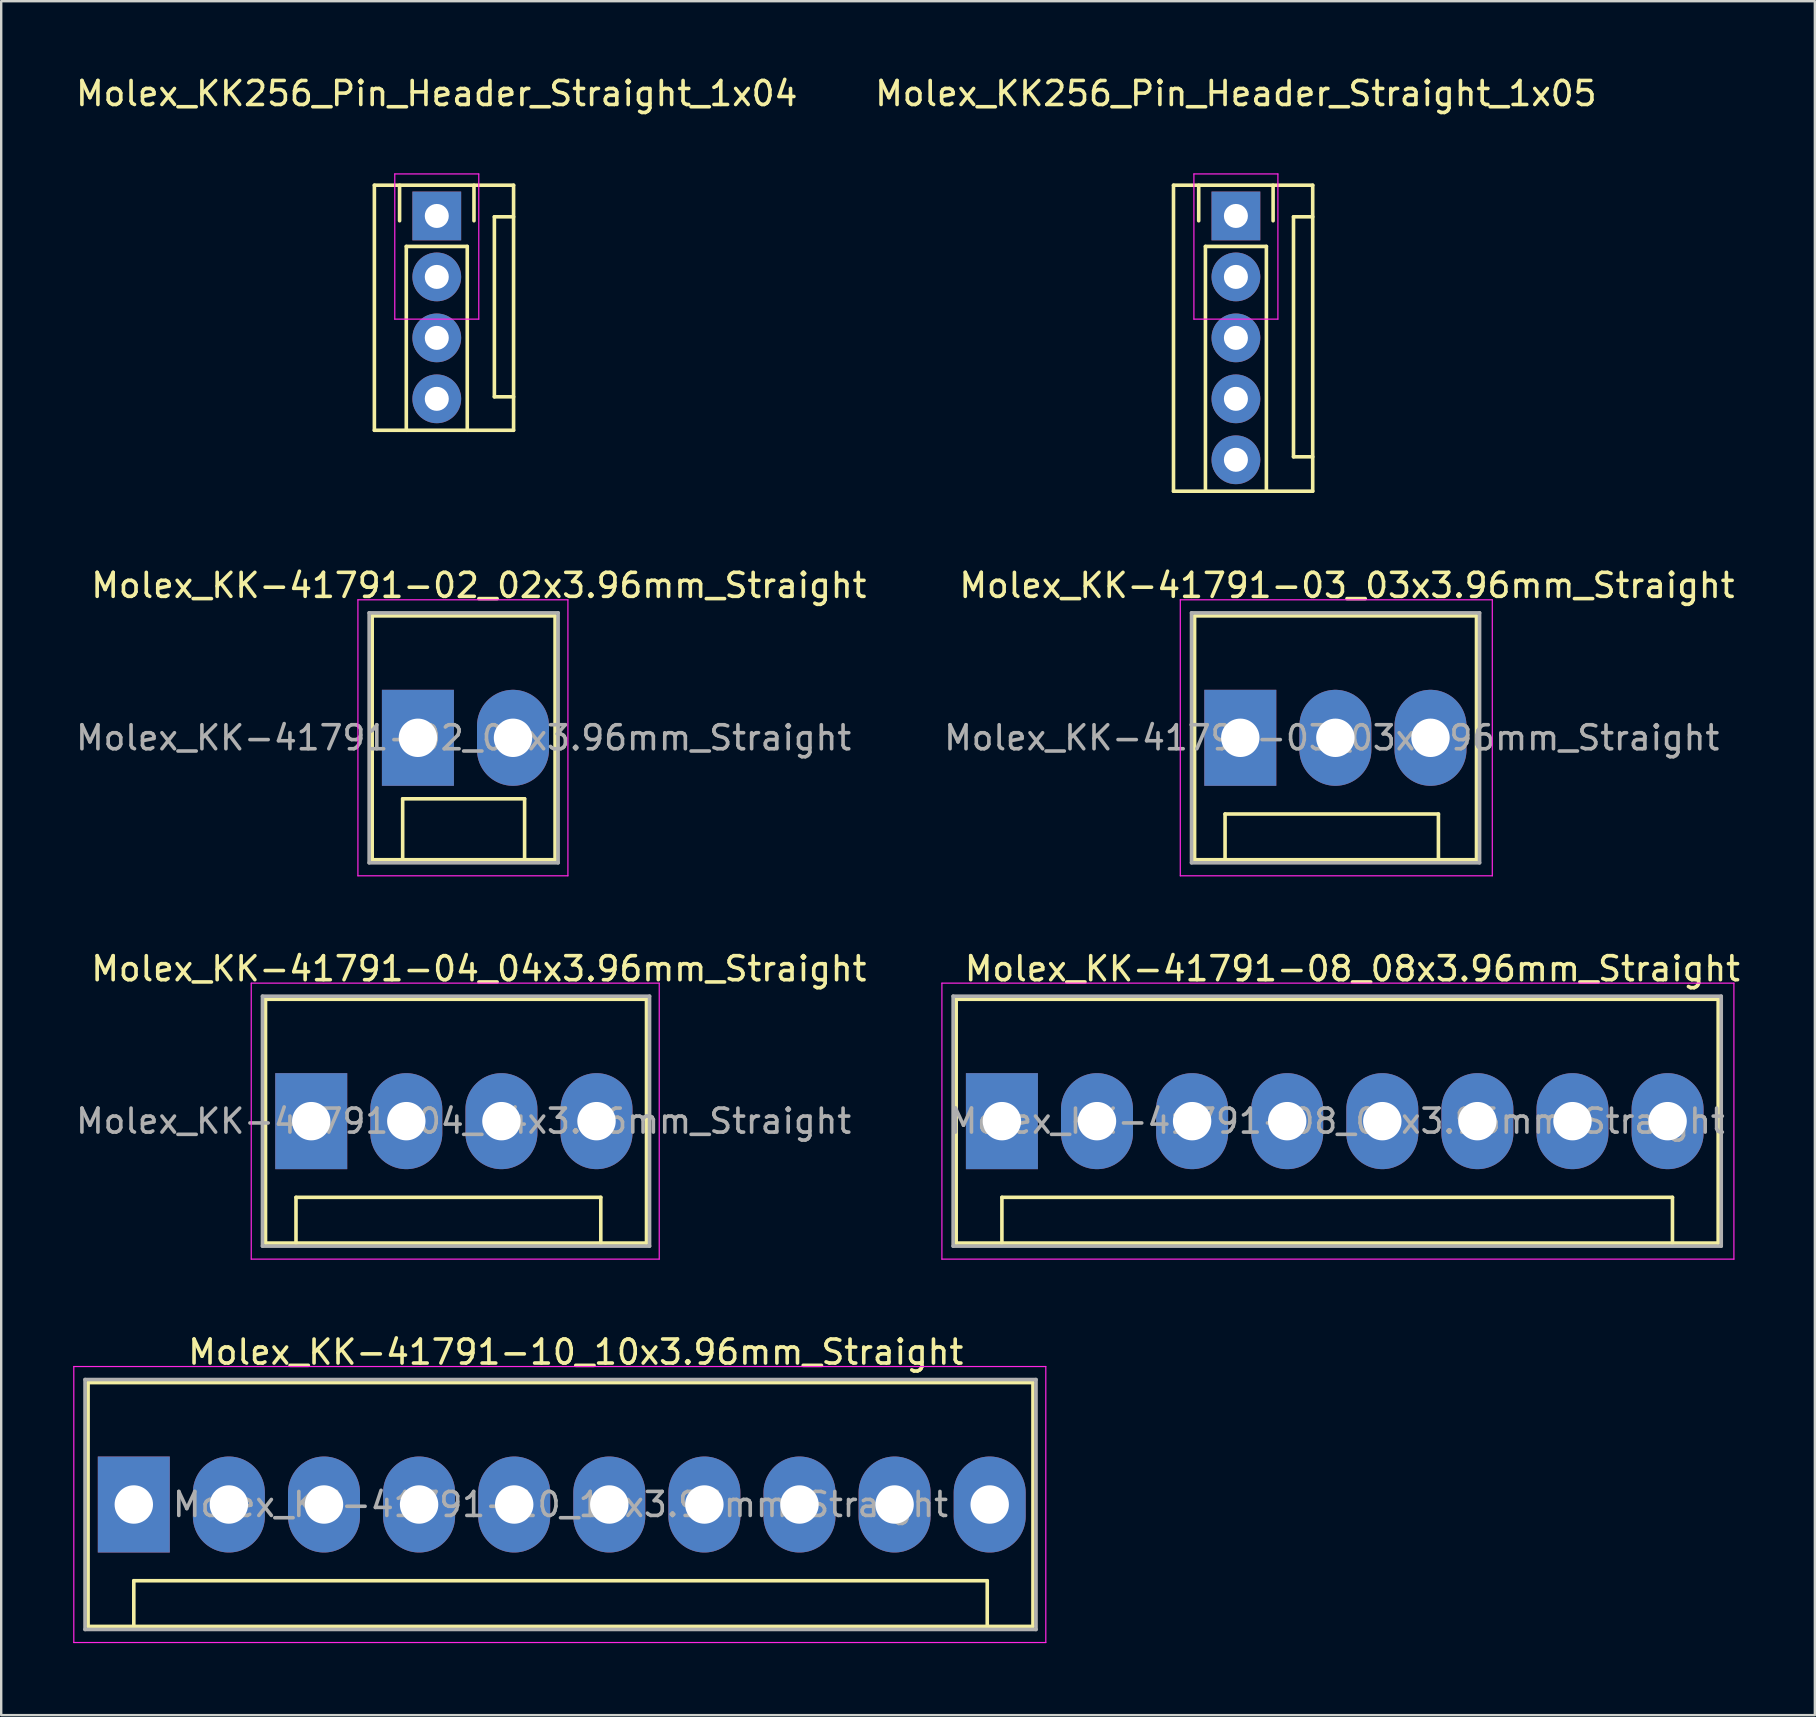
<source format=kicad_pcb>
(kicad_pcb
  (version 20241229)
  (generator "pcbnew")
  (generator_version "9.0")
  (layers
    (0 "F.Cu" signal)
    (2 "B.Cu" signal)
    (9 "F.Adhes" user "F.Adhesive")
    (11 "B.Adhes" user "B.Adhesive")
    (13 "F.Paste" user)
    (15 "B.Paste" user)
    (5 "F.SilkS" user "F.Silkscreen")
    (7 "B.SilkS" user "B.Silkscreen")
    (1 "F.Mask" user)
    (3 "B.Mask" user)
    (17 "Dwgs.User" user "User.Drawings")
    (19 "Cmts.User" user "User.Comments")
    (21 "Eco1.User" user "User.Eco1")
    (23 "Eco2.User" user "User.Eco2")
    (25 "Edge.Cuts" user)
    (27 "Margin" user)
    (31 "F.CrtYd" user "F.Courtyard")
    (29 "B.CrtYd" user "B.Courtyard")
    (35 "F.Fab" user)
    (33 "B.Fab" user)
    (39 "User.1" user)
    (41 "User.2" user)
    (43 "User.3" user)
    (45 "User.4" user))
  (footprint "Molex_KK-41791-10_10x3.96mm_Straight"
    (layer "F.Cu")
    (at 2.525 59.638)
    (property "Reference" "Molex_KK-41791-10_10x3.96mm_Straight" (at 18.415 -6.35 0) (layer "F.SilkS") (effects (font (size 1 1) (thickness 0.15))))
    (attr through_hole)
    (fp_line (start -1.905 -5.08) (end 37.465 -5.08) (stroke (width 0.15) (type solid)) (layer "F.SilkS"))
    (fp_line (start -1.905 5.08) (end -1.905 -5.08) (stroke (width 0.15) (type solid)) (layer "F.SilkS"))
    (fp_line (start 0 3.175) (end 35.56 3.175) (stroke (width 0.15) (type solid)) (layer "F.SilkS"))
    (fp_line (start 0 5.08) (end 0 3.175) (stroke (width 0.15) (type solid)) (layer "F.SilkS"))
    (fp_line (start 35.56 3.175) (end 35.56 5.08) (stroke (width 0.15) (type solid)) (layer "F.SilkS"))
    (fp_line (start 37.465 -5.08) (end 37.465 5.08) (stroke (width 0.15) (type solid)) (layer "F.SilkS"))
    (fp_line (start 37.465 5.08) (end -1.905 5.08) (stroke (width 0.15) (type solid)) (layer "F.SilkS"))
    (fp_line (start -2.5 -5.75) (end 38 -5.75) (stroke (width 0.05) (type solid)) (layer "F.CrtYd"))
    (fp_line (start -2.5 5.75) (end -2.5 -5.75) (stroke (width 0.05) (type solid)) (layer "F.CrtYd"))
    (fp_line (start 38 -5.75) (end 38 5.75) (stroke (width 0.05) (type solid)) (layer "F.CrtYd"))
    (fp_line (start 38 5.75) (end -2.5 5.75) (stroke (width 0.05) (type solid)) (layer "F.CrtYd"))
    (fp_line (start -2.032 -5.207) (end 37.592 -5.207) (stroke (width 0.15) (type solid)) (layer "F.Fab"))
    (fp_line (start -2.032 5.207) (end -2.032 -5.207) (stroke (width 0.15) (type solid)) (layer "F.Fab"))
    (fp_line (start 37.592 -5.207) (end 37.592 5.207) (stroke (width 0.15) (type solid)) (layer "F.Fab"))
    (fp_line (start 37.592 5.207) (end -2.032 5.207) (stroke (width 0.15) (type solid)) (layer "F.Fab"))
    (fp_text user "${REFERENCE}" (at 17.78 0 0) (layer "F.Fab") (effects (font (size 1 1) (thickness 0.15))))
    (pad "1" thru_hole rect (at 0 0) (size 3 4) (drill 1.6) (layers "*.Cu" "*.Mask"))
    (pad "2" thru_hole oval (at 3.962 0) (size 3 4) (drill 1.6) (layers "*.Cu" "*.Mask"))
    (pad "3" thru_hole oval (at 7.925 0) (size 3 4) (drill 1.6) (layers "*.Cu" "*.Mask"))
    (pad "4" thru_hole oval (at 11.887 0) (size 3 4) (drill 1.6) (layers "*.Cu" "*.Mask"))
    (pad "5" thru_hole oval (at 15.85 0) (size 3 4) (drill 1.6) (layers "*.Cu" "*.Mask"))
    (pad "6" thru_hole oval (at 19.812 0) (size 3 4) (drill 1.6) (layers "*.Cu" "*.Mask"))
    (pad "7" thru_hole oval (at 23.774 0) (size 3 4) (drill 1.6) (layers "*.Cu" "*.Mask"))
    (pad "8" thru_hole oval (at 27.737 0) (size 3 4) (drill 1.6) (layers "*.Cu" "*.Mask"))
    (pad "9" thru_hole oval (at 31.699 0) (size 3 4) (drill 1.6) (layers "*.Cu" "*.Mask"))
    (pad "10" thru_hole oval (at 35.662 0) (size 3 4) (drill 1.6) (layers "*.Cu" "*.Mask")))
  (footprint "Molex_KK-41791-02_02x3.96mm_Straight"
    (layer "F.Cu")
    (at 14.363 27.692)
    (property "Reference" "Molex_KK-41791-02_02x3.96mm_Straight" (at 2.54 -6.35 0) (layer "F.SilkS") (effects (font (size 1 1) (thickness 0.15))))
    (attr through_hole)
    (fp_line (start -1.905 -5.08) (end 5.715 -5.08) (stroke (width 0.15) (type solid)) (layer "F.SilkS"))
    (fp_line (start -1.905 5.08) (end -1.905 -5.08) (stroke (width 0.15) (type solid)) (layer "F.SilkS"))
    (fp_line (start -0.635 2.54) (end 4.445 2.54) (stroke (width 0.15) (type solid)) (layer "F.SilkS"))
    (fp_line (start -0.635 5.08) (end -0.635 2.54) (stroke (width 0.15) (type solid)) (layer "F.SilkS"))
    (fp_line (start 4.445 2.54) (end 4.445 5.08) (stroke (width 0.15) (type solid)) (layer "F.SilkS"))
    (fp_line (start 5.715 -5.08) (end 5.715 5.08) (stroke (width 0.15) (type solid)) (layer "F.SilkS"))
    (fp_line (start 5.715 5.08) (end -1.905 5.08) (stroke (width 0.15) (type solid)) (layer "F.SilkS"))
    (fp_line (start -2.5 -5.75) (end 6.25 -5.75) (stroke (width 0.05) (type solid)) (layer "F.CrtYd"))
    (fp_line (start -2.5 5.75) (end -2.5 -5.75) (stroke (width 0.05) (type solid)) (layer "F.CrtYd"))
    (fp_line (start 6.25 -5.75) (end 6.25 5.75) (stroke (width 0.05) (type solid)) (layer "F.CrtYd"))
    (fp_line (start 6.25 5.75) (end -2.5 5.75) (stroke (width 0.05) (type solid)) (layer "F.CrtYd"))
    (fp_line (start -2.032 -5.207) (end 5.842 -5.207) (stroke (width 0.15) (type solid)) (layer "F.Fab"))
    (fp_line (start -2.032 5.207) (end -2.032 -5.207) (stroke (width 0.15) (type solid)) (layer "F.Fab"))
    (fp_line (start 5.842 -5.207) (end 5.842 5.207) (stroke (width 0.15) (type solid)) (layer "F.Fab"))
    (fp_line (start 5.842 5.207) (end -2.032 5.207) (stroke (width 0.15) (type solid)) (layer "F.Fab"))
    (fp_text user "${REFERENCE}" (at 1.905 0 0) (layer "F.Fab") (effects (font (size 1 1) (thickness 0.15))))
    (pad "1" thru_hole rect (at 0 0) (size 3 4) (drill 1.6) (layers "*.Cu" "*.Mask"))
    (pad "2" thru_hole oval (at 3.962 0) (size 3 4) (drill 1.6) (layers "*.Cu" "*.Mask")))
  (footprint "Molex_KK-41791-04_04x3.96mm_Straight"
    (layer "F.Cu")
    (at 9.918 43.665)
    (property "Reference" "Molex_KK-41791-04_04x3.96mm_Straight" (at 6.985 -6.35 0) (layer "F.SilkS") (effects (font (size 1 1) (thickness 0.15))))
    (attr through_hole)
    (fp_line (start -1.905 -5.08) (end -1.905 5.08) (stroke (width 0.15) (type solid)) (layer "F.SilkS"))
    (fp_line (start -1.905 -5.08) (end 13.97 -5.08) (stroke (width 0.15) (type solid)) (layer "F.SilkS"))
    (fp_line (start -0.635 3.175) (end 12.065 3.175) (stroke (width 0.15) (type solid)) (layer "F.SilkS"))
    (fp_line (start -0.635 5.08) (end -0.635 3.175) (stroke (width 0.15) (type solid)) (layer "F.SilkS"))
    (fp_line (start 12.065 3.175) (end 12.065 5.08) (stroke (width 0.15) (type solid)) (layer "F.SilkS"))
    (fp_line (start 13.97 -5.08) (end 13.97 5.08) (stroke (width 0.15) (type solid)) (layer "F.SilkS"))
    (fp_line (start 13.97 5.08) (end -1.905 5.08) (stroke (width 0.15) (type solid)) (layer "F.SilkS"))
    (fp_line (start -2.5 -5.75) (end 14.5 -5.75) (stroke (width 0.05) (type solid)) (layer "F.CrtYd"))
    (fp_line (start -2.5 5.75) (end -2.5 -5.75) (stroke (width 0.05) (type solid)) (layer "F.CrtYd"))
    (fp_line (start 14.5 -5.75) (end 14.5 5.75) (stroke (width 0.05) (type solid)) (layer "F.CrtYd"))
    (fp_line (start 14.5 5.75) (end -2.5 5.75) (stroke (width 0.05) (type solid)) (layer "F.CrtYd"))
    (fp_line (start -2.032 -5.207) (end 14.097 -5.207) (stroke (width 0.15) (type solid)) (layer "F.Fab"))
    (fp_line (start -2.032 5.207) (end -2.032 -5.207) (stroke (width 0.15) (type solid)) (layer "F.Fab"))
    (fp_line (start 14.097 -5.207) (end 14.097 5.207) (stroke (width 0.15) (type solid)) (layer "F.Fab"))
    (fp_line (start 14.097 5.207) (end -2.032 5.207) (stroke (width 0.15) (type solid)) (layer "F.Fab"))
    (fp_text user "${REFERENCE}" (at 6.35 0 0) (layer "F.Fab") (effects (font (size 1 1) (thickness 0.15))))
    (pad "1" thru_hole rect (at 0 0) (size 3 4) (drill 1.6) (layers "*.Cu" "*.Mask"))
    (pad "2" thru_hole oval (at 3.962 0) (size 3 4) (drill 1.6) (layers "*.Cu" "*.Mask"))
    (pad "3" thru_hole oval (at 7.925 0) (size 3 4) (drill 1.6) (layers "*.Cu" "*.Mask"))
    (pad "4" thru_hole oval (at 11.887 0) (size 3 4) (drill 1.6) (layers "*.Cu" "*.Mask")))
  (footprint "Molex_KK-41791-03_03x3.96mm_Straight"
    (layer "F.Cu")
    (at 48.629 27.692)
    (property "Reference" "Molex_KK-41791-03_03x3.96mm_Straight" (at 4.445 -6.35 0) (layer "F.SilkS") (effects (font (size 1 1) (thickness 0.15))))
    (attr through_hole)
    (fp_line (start -1.905 -5.08) (end 9.842 -5.08) (stroke (width 0.15) (type solid)) (layer "F.SilkS"))
    (fp_line (start -1.905 5.08) (end -1.905 -5.08) (stroke (width 0.15) (type solid)) (layer "F.SilkS"))
    (fp_line (start -0.635 3.175) (end 8.255 3.175) (stroke (width 0.15) (type solid)) (layer "F.SilkS"))
    (fp_line (start -0.635 5.08) (end -0.635 3.175) (stroke (width 0.15) (type solid)) (layer "F.SilkS"))
    (fp_line (start 8.255 3.175) (end 8.255 5.08) (stroke (width 0.15) (type solid)) (layer "F.SilkS"))
    (fp_line (start 9.842 -5.08) (end 9.842 5.08) (stroke (width 0.15) (type solid)) (layer "F.SilkS"))
    (fp_line (start 9.842 5.08) (end -1.905 5.08) (stroke (width 0.15) (type solid)) (layer "F.SilkS"))
    (fp_line (start -2.5 -5.75) (end 10.5 -5.75) (stroke (width 0.05) (type solid)) (layer "F.CrtYd"))
    (fp_line (start -2.5 5.75) (end -2.5 -5.75) (stroke (width 0.05) (type solid)) (layer "F.CrtYd"))
    (fp_line (start 10.5 -5.75) (end 10.5 5.75) (stroke (width 0.05) (type solid)) (layer "F.CrtYd"))
    (fp_line (start 10.5 5.75) (end -2.5 5.75) (stroke (width 0.05) (type solid)) (layer "F.CrtYd"))
    (fp_line (start -2.032 -5.207) (end 9.97 -5.207) (stroke (width 0.15) (type solid)) (layer "F.Fab"))
    (fp_line (start -2.032 5.207) (end -2.032 -5.207) (stroke (width 0.15) (type solid)) (layer "F.Fab"))
    (fp_line (start 9.97 -5.207) (end 9.97 5.207) (stroke (width 0.15) (type solid)) (layer "F.Fab"))
    (fp_line (start 9.97 5.207) (end -2.032 5.207) (stroke (width 0.15) (type solid)) (layer "F.Fab"))
    (fp_text user "${REFERENCE}" (at 3.81 0 0) (layer "F.Fab") (effects (font (size 1 1) (thickness 0.15))))
    (pad "1" thru_hole rect (at 0 0) (size 3 4) (drill 1.6) (layers "*.Cu" "*.Mask"))
    (pad "2" thru_hole oval (at 3.962 0) (size 3 4) (drill 1.6) (layers "*.Cu" "*.Mask"))
    (pad "3" thru_hole oval (at 7.925 0) (size 3 4) (drill 1.6) (layers "*.Cu" "*.Mask")))
  (footprint "Molex_KK256_Pin_Header_Straight_1x04"
    (layer "F.Cu")
    (at 15.149 5.948)
    (property "Reference" "Molex_KK256_Pin_Header_Straight_1x04" (at 0 -5.1 0) (layer "F.SilkS") (effects (font (size 1 1) (thickness 0.15))))
    (attr through_hole)
    (fp_line (start -2.6 -1.28) (end -2.6 8.93) (stroke (width 0.15) (type solid)) (layer "F.SilkS"))
    (fp_line (start -2.6 -1.28) (end 3.2 -1.28) (stroke (width 0.15) (type solid)) (layer "F.SilkS"))
    (fp_line (start -2.6 8.93) (end 3.2 8.93) (stroke (width 0.15) (type solid)) (layer "F.SilkS"))
    (fp_line (start -1.55 -1.28) (end -1.55 0.2) (stroke (width 0.15) (type solid)) (layer "F.SilkS"))
    (fp_line (start -1.27 1.27) (end -1.27 8.93) (stroke (width 0.15) (type solid)) (layer "F.SilkS"))
    (fp_line (start 1.27 1.27) (end -1.27 1.27) (stroke (width 0.15) (type solid)) (layer "F.SilkS"))
    (fp_line (start 1.27 1.27) (end 1.27 8.93) (stroke (width 0.15) (type solid)) (layer "F.SilkS"))
    (fp_line (start 1.55 -1.28) (end 1.55 0.2) (stroke (width 0.15) (type solid)) (layer "F.SilkS"))
    (fp_line (start 2.4 0.035) (end 2.4 7.535) (stroke (width 0.15) (type solid)) (layer "F.SilkS"))
    (fp_line (start 2.4 0.035) (end 3.2 0.035) (stroke (width 0.15) (type solid)) (layer "F.SilkS"))
    (fp_line (start 2.4 7.535) (end 3.2 7.535) (stroke (width 0.15) (type solid)) (layer "F.SilkS"))
    (fp_line (start 3.2 -1.28) (end 3.2 8.93) (stroke (width 0.15) (type solid)) (layer "F.SilkS"))
    (fp_line (start -1.75 -1.75) (end -1.75 4.3) (stroke (width 0.05) (type solid)) (layer "F.CrtYd"))
    (fp_line (start -1.75 -1.75) (end 1.75 -1.75) (stroke (width 0.05) (type solid)) (layer "F.CrtYd"))
    (fp_line (start -1.75 4.3) (end 1.75 4.3) (stroke (width 0.05) (type solid)) (layer "F.CrtYd"))
    (fp_line (start 1.75 -1.75) (end 1.75 4.3) (stroke (width 0.05) (type solid)) (layer "F.CrtYd"))
    (pad "1" thru_hole rect (at 0 0) (size 2.032 2.032) (drill 1) (layers "*.Cu" "*.Mask"))
    (pad "2" thru_hole oval (at 0 2.54) (size 2.032 2.032) (drill 1) (layers "*.Cu" "*.Mask"))
    (pad "3" thru_hole oval (at 0 5.08) (size 2.032 2.032) (drill 1) (layers "*.Cu" "*.Mask"))
    (pad "4" thru_hole oval (at 0 7.62) (size 2.032 2.032) (drill 1) (layers "*.Cu" "*.Mask")))
  (footprint "Molex_KK-41791-08_08x3.96mm_Straight"
    (layer "F.Cu")
    (at 38.696 43.665)
    (property "Reference" "Molex_KK-41791-08_08x3.96mm_Straight" (at 14.605 -6.35 0) (layer "F.SilkS") (effects (font (size 1 1) (thickness 0.15))))
    (attr through_hole)
    (fp_line (start -1.905 -5.08) (end -1.905 5.08) (stroke (width 0.15) (type solid)) (layer "F.SilkS"))
    (fp_line (start -1.905 -5.08) (end 29.845 -5.08) (stroke (width 0.15) (type solid)) (layer "F.SilkS"))
    (fp_line (start -1.905 5.08) (end 29.845 5.08) (stroke (width 0.15) (type solid)) (layer "F.SilkS"))
    (fp_line (start 0 3.175) (end 27.94 3.175) (stroke (width 0.15) (type solid)) (layer "F.SilkS"))
    (fp_line (start 0 5.08) (end 0 3.175) (stroke (width 0.15) (type solid)) (layer "F.SilkS"))
    (fp_line (start 27.94 3.175) (end 27.94 5.08) (stroke (width 0.15) (type solid)) (layer "F.SilkS"))
    (fp_line (start 29.845 -5.08) (end 29.845 5.08) (stroke (width 0.15) (type solid)) (layer "F.SilkS"))
    (fp_line (start -2.5 -5.75) (end 30.5 -5.75) (stroke (width 0.05) (type solid)) (layer "F.CrtYd"))
    (fp_line (start -2.5 5.75) (end -2.5 -5.75) (stroke (width 0.05) (type solid)) (layer "F.CrtYd"))
    (fp_line (start 30.5 -5.75) (end 30.5 5.75) (stroke (width 0.05) (type solid)) (layer "F.CrtYd"))
    (fp_line (start 30.5 5.75) (end -2.5 5.75) (stroke (width 0.05) (type solid)) (layer "F.CrtYd"))
    (fp_line (start -2.032 -5.207) (end 29.972 -5.207) (stroke (width 0.15) (type solid)) (layer "F.Fab"))
    (fp_line (start -2.032 5.207) (end -2.032 -5.207) (stroke (width 0.15) (type solid)) (layer "F.Fab"))
    (fp_line (start 29.972 -5.207) (end 29.972 5.207) (stroke (width 0.15) (type solid)) (layer "F.Fab"))
    (fp_line (start 29.972 5.207) (end -2.032 5.207) (stroke (width 0.15) (type solid)) (layer "F.Fab"))
    (fp_text user "${REFERENCE}" (at 13.97 0 0) (layer "F.Fab") (effects (font (size 1 1) (thickness 0.15))))
    (pad "1" thru_hole rect (at 0 0) (size 3 4) (drill 1.6) (layers "*.Cu" "*.Mask"))
    (pad "2" thru_hole oval (at 3.962 0) (size 3 4) (drill 1.6) (layers "*.Cu" "*.Mask"))
    (pad "3" thru_hole oval (at 7.925 0) (size 3 4) (drill 1.6) (layers "*.Cu" "*.Mask"))
    (pad "4" thru_hole oval (at 11.887 0) (size 3 4) (drill 1.6) (layers "*.Cu" "*.Mask"))
    (pad "5" thru_hole oval (at 15.85 0) (size 3 4) (drill 1.6) (layers "*.Cu" "*.Mask"))
    (pad "6" thru_hole oval (at 19.812 0) (size 3 4) (drill 1.6) (layers "*.Cu" "*.Mask"))
    (pad "7" thru_hole oval (at 23.774 0) (size 3 4) (drill 1.6) (layers "*.Cu" "*.Mask"))
    (pad "8" thru_hole oval (at 27.737 0) (size 3 4) (drill 1.6) (layers "*.Cu" "*.Mask")))
  (footprint "Molex_KK256_Pin_Header_Straight_1x05"
    (layer "F.Cu")
    (at 48.446 5.948)
    (property "Reference" "Molex_KK256_Pin_Header_Straight_1x05" (at 0 -5.1 0) (layer "F.SilkS") (effects (font (size 1 1) (thickness 0.15))))
    (attr through_hole)
    (fp_line (start -2.6 -1.28) (end -2.6 11.47) (stroke (width 0.15) (type solid)) (layer "F.SilkS"))
    (fp_line (start -2.6 -1.28) (end 3.2 -1.28) (stroke (width 0.15) (type solid)) (layer "F.SilkS"))
    (fp_line (start -2.6 11.47) (end 3.2 11.47) (stroke (width 0.15) (type solid)) (layer "F.SilkS"))
    (fp_line (start -1.55 -1.28) (end -1.55 0.2) (stroke (width 0.15) (type solid)) (layer "F.SilkS"))
    (fp_line (start -1.27 1.27) (end -1.27 11.47) (stroke (width 0.15) (type solid)) (layer "F.SilkS"))
    (fp_line (start 1.27 1.27) (end -1.27 1.27) (stroke (width 0.15) (type solid)) (layer "F.SilkS"))
    (fp_line (start 1.27 1.27) (end 1.27 11.47) (stroke (width 0.15) (type solid)) (layer "F.SilkS"))
    (fp_line (start 1.55 -1.28) (end 1.55 0.2) (stroke (width 0.15) (type solid)) (layer "F.SilkS"))
    (fp_line (start 2.4 0.035) (end 2.4 10.035) (stroke (width 0.15) (type solid)) (layer "F.SilkS"))
    (fp_line (start 2.4 0.035) (end 3.2 0.035) (stroke (width 0.15) (type solid)) (layer "F.SilkS"))
    (fp_line (start 2.4 10.035) (end 3.2 10.035) (stroke (width 0.15) (type solid)) (layer "F.SilkS"))
    (fp_line (start 3.2 -1.28) (end 3.2 11.47) (stroke (width 0.15) (type solid)) (layer "F.SilkS"))
    (fp_line (start -1.75 -1.75) (end -1.75 4.3) (stroke (width 0.05) (type solid)) (layer "F.CrtYd"))
    (fp_line (start -1.75 -1.75) (end 1.75 -1.75) (stroke (width 0.05) (type solid)) (layer "F.CrtYd"))
    (fp_line (start -1.75 4.3) (end 1.75 4.3) (stroke (width 0.05) (type solid)) (layer "F.CrtYd"))
    (fp_line (start 1.75 -1.75) (end 1.75 4.3) (stroke (width 0.05) (type solid)) (layer "F.CrtYd"))
    (pad "1" thru_hole rect (at 0 0) (size 2.032 2.032) (drill 1) (layers "*.Cu" "*.Mask"))
    (pad "2" thru_hole oval (at 0 2.54) (size 2.032 2.032) (drill 1) (layers "*.Cu" "*.Mask"))
    (pad "3" thru_hole oval (at 0 5.08) (size 2.032 2.032) (drill 1) (layers "*.Cu" "*.Mask"))
    (pad "4" thru_hole oval (at 0 7.62) (size 2.032 2.032) (drill 1) (layers "*.Cu" "*.Mask"))
    (pad "5" thru_hole oval (at 0 10.16) (size 2.032 2.032) (drill 1) (layers "*.Cu" "*.Mask")))
  (gr_rect
    (start -3 -3)
    (end 72.569 68.413)
    (stroke (width 0.1) (type default))
    (fill no)
    (layer "Edge.Cuts")))
</source>
